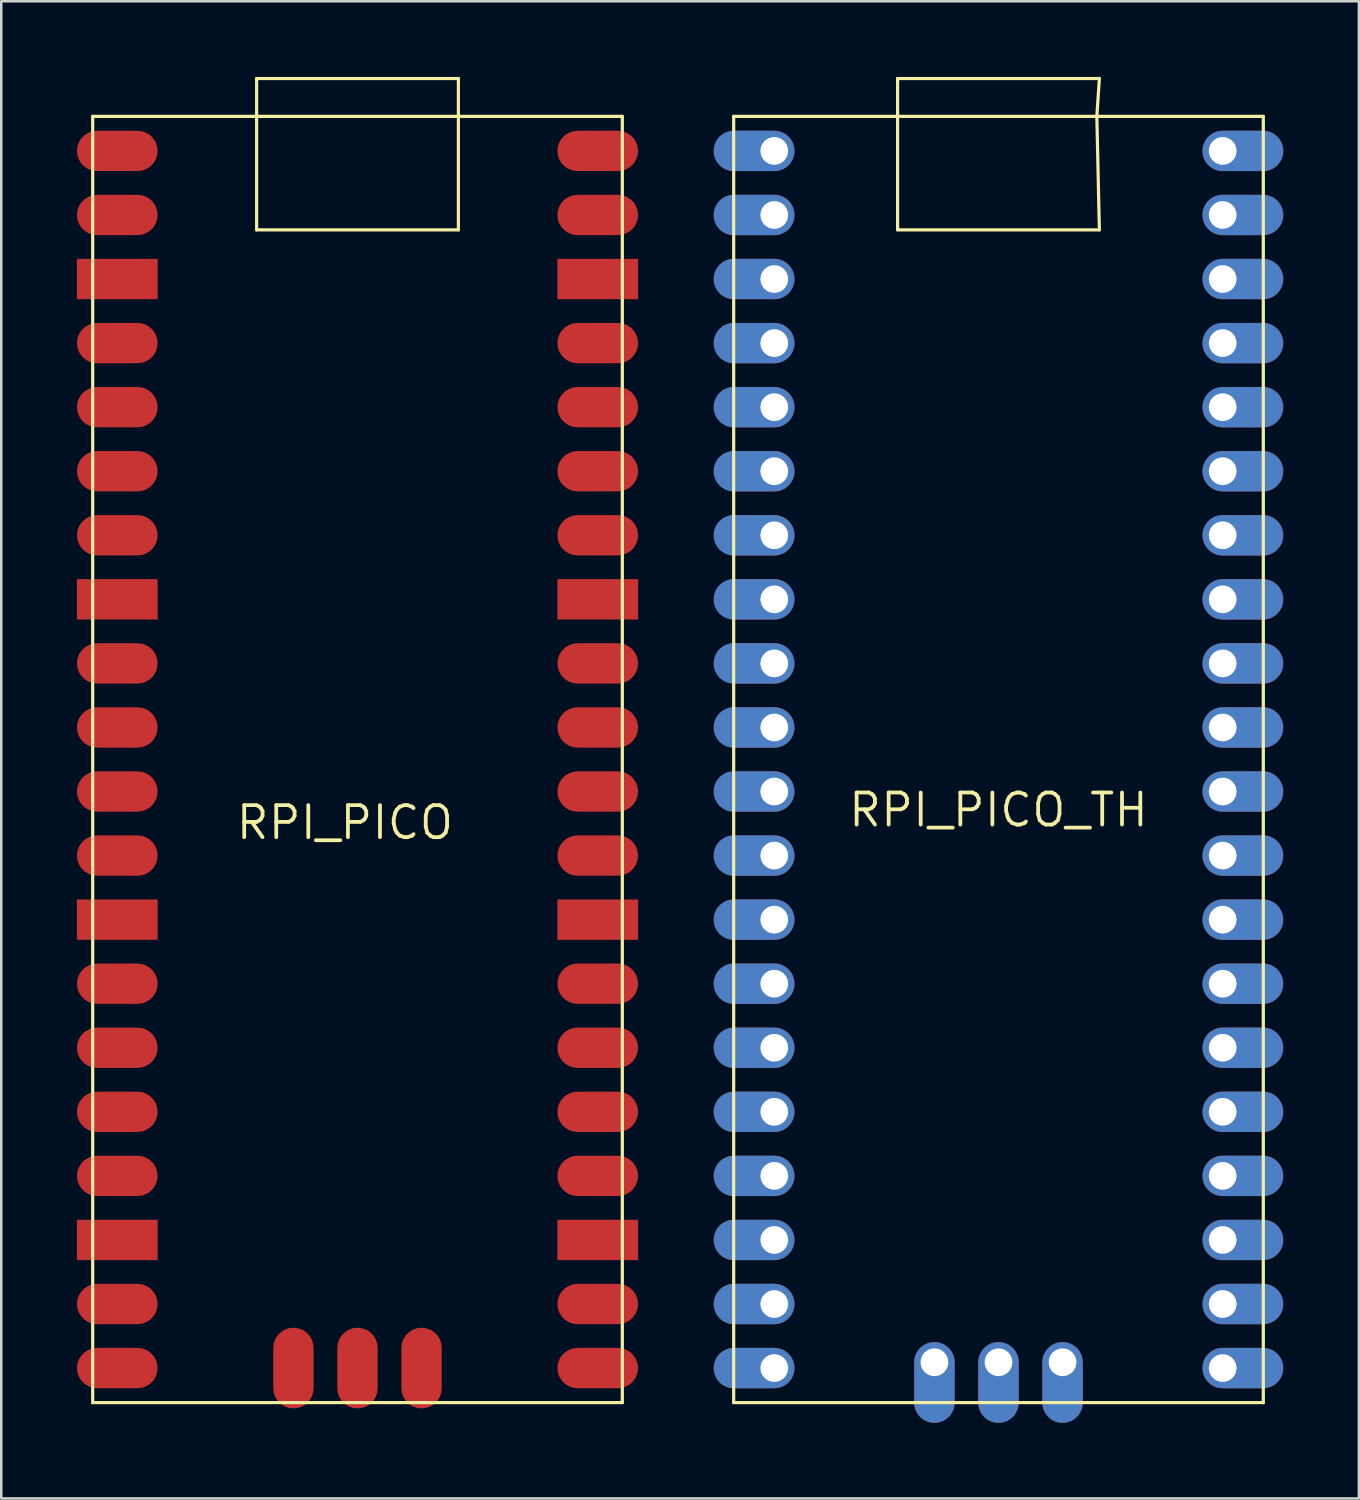
<source format=kicad_pcb>
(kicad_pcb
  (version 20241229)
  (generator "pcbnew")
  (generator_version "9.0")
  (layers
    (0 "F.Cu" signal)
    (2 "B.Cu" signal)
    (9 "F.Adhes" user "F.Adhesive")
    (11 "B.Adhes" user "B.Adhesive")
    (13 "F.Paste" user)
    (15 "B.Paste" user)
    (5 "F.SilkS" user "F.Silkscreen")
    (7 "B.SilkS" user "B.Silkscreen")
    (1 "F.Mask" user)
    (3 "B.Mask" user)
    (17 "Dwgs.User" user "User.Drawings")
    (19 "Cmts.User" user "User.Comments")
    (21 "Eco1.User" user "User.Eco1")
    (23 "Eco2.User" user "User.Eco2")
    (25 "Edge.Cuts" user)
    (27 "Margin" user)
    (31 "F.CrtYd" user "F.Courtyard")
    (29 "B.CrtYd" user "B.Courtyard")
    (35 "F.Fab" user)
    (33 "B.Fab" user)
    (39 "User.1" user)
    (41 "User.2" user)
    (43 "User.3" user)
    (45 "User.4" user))
  (footprint "RPI_PICO"
    (layer "F.Cu")
    (at 11.125 27.064)
    (property "Reference" "RPI_PICO" (at -0.5 2.5 0) (layer "F.SilkS") (effects (font (size 1.27 1.27) (thickness 0.15))))
    (fp_line (start -10.5 -25.5) (end -4 -25.5) (stroke (width 0.127) (type solid)) (layer "F.SilkS"))
    (fp_line (start -10.5 25.5) (end -10.5 -25.5) (stroke (width 0.127) (type solid)) (layer "F.SilkS"))
    (fp_line (start -4 -27) (end 4 -27) (stroke (width 0.127) (type solid)) (layer "F.SilkS"))
    (fp_line (start -4 -25.5) (end -4 -27) (stroke (width 0.127) (type solid)) (layer "F.SilkS"))
    (fp_line (start -4 -25.5) (end -4 -21) (stroke (width 0.127) (type solid)) (layer "F.SilkS"))
    (fp_line (start -4 -25.5) (end 4 -25.5) (stroke (width 0.127) (type solid)) (layer "F.SilkS"))
    (fp_line (start -4 -21) (end 4 -21) (stroke (width 0.127) (type solid)) (layer "F.SilkS"))
    (fp_line (start 4 -27) (end 4 -25.5) (stroke (width 0.127) (type solid)) (layer "F.SilkS"))
    (fp_line (start 4 -25.5) (end 10.5 -25.5) (stroke (width 0.127) (type solid)) (layer "F.SilkS"))
    (fp_line (start 4 -21) (end 4 -25.5) (stroke (width 0.127) (type solid)) (layer "F.SilkS"))
    (fp_line (start 10.5 -25.5) (end 10.5 25.5) (stroke (width 0.127) (type solid)) (layer "F.SilkS"))
    (fp_line (start 10.5 25.5) (end -10.5 25.5) (stroke (width 0.127) (type solid)) (layer "F.SilkS"))
    (pad "3V3" smd roundrect (at 9.525 -13.97 90) (size 1.6 3.2) (layers "F.Cu" "F.Mask" "F.Paste") (roundrect_rratio 0.5))
    (pad "3V3_EN" smd roundrect (at 9.525 -16.51 90) (size 1.6 3.2) (layers "F.Cu" "F.Mask" "F.Paste") (roundrect_rratio 0.5))
    (pad "ADC_VREF" smd roundrect (at 9.525 -11.43 90) (size 1.6 3.2) (layers "F.Cu" "F.Mask" "F.Paste") (roundrect_rratio 0.5))
    (pad "AGND" smd rect (at 9.525 -6.35 90) (size 1.6 3.2) (layers "F.Cu" "F.Mask" "F.Paste"))
    (pad "GND@1" smd rect (at -9.525 -19.05 90) (size 1.6 3.2) (layers "F.Cu" "F.Mask" "F.Paste"))
    (pad "GND@2" smd rect (at -9.525 -6.35 90) (size 1.6 3.2) (layers "F.Cu" "F.Mask" "F.Paste"))
    (pad "GND@3" smd rect (at -9.525 6.35 90) (size 1.6 3.2) (layers "F.Cu" "F.Mask" "F.Paste"))
    (pad "GND@4" smd rect (at -9.525 19.05 90) (size 1.6 3.2) (layers "F.Cu" "F.Mask" "F.Paste"))
    (pad "GND@5" smd roundrect (at 0 24.13) (size 1.6 3.2) (layers "F.Cu" "F.Mask" "F.Paste") (roundrect_rratio 0.5))
    (pad "GND@6" smd rect (at 9.525 19.05 90) (size 1.6 3.2) (layers "F.Cu" "F.Mask" "F.Paste"))
    (pad "GND@7" smd rect (at 9.525 6.35 90) (size 1.6 3.2) (layers "F.Cu" "F.Mask" "F.Paste"))
    (pad "GND@8" smd rect (at 9.525 -19.05 90) (size 1.6 3.2) (layers "F.Cu" "F.Mask" "F.Paste"))
    (pad "GP0" smd roundrect (at -9.525 -24.13 90) (size 1.6 3.2) (layers "F.Cu" "F.Mask" "F.Paste") (roundrect_rratio 0.5))
    (pad "GP1" smd roundrect (at -9.525 -21.59 90) (size 1.6 3.2) (layers "F.Cu" "F.Mask" "F.Paste") (roundrect_rratio 0.5))
    (pad "GP2" smd roundrect (at -9.525 -16.51 90) (size 1.6 3.2) (layers "F.Cu" "F.Mask" "F.Paste") (roundrect_rratio 0.5))
    (pad "GP3" smd roundrect (at -9.525 -13.97 90) (size 1.6 3.2) (layers "F.Cu" "F.Mask" "F.Paste") (roundrect_rratio 0.5))
    (pad "GP4" smd roundrect (at -9.525 -11.43 90) (size 1.6 3.2) (layers "F.Cu" "F.Mask" "F.Paste") (roundrect_rratio 0.5))
    (pad "GP5" smd roundrect (at -9.525 -8.89 90) (size 1.6 3.2) (layers "F.Cu" "F.Mask" "F.Paste") (roundrect_rratio 0.5))
    (pad "GP6" smd roundrect (at -9.525 -3.81 90) (size 1.6 3.2) (layers "F.Cu" "F.Mask" "F.Paste") (roundrect_rratio 0.5))
    (pad "GP7" smd roundrect (at -9.525 -1.27 90) (size 1.6 3.2) (layers "F.Cu" "F.Mask" "F.Paste") (roundrect_rratio 0.5))
    (pad "GP8" smd roundrect (at -9.525 1.27 90) (size 1.6 3.2) (layers "F.Cu" "F.Mask" "F.Paste") (roundrect_rratio 0.5))
    (pad "GP9" smd roundrect (at -9.525 3.81 90) (size 1.6 3.2) (layers "F.Cu" "F.Mask" "F.Paste") (roundrect_rratio 0.5))
    (pad "GP10" smd roundrect (at -9.525 8.89 90) (size 1.6 3.2) (layers "F.Cu" "F.Mask" "F.Paste") (roundrect_rratio 0.5))
    (pad "GP11" smd roundrect (at -9.525 11.43 90) (size 1.6 3.2) (layers "F.Cu" "F.Mask" "F.Paste") (roundrect_rratio 0.5))
    (pad "GP12" smd roundrect (at -9.525 13.97 90) (size 1.6 3.2) (layers "F.Cu" "F.Mask" "F.Paste") (roundrect_rratio 0.5))
    (pad "GP13" smd roundrect (at -9.525 16.51 90) (size 1.6 3.2) (layers "F.Cu" "F.Mask" "F.Paste") (roundrect_rratio 0.5))
    (pad "GP14" smd roundrect (at -9.525 21.59 90) (size 1.6 3.2) (layers "F.Cu" "F.Mask" "F.Paste") (roundrect_rratio 0.5))
    (pad "GP15" smd roundrect (at -9.525 24.13 90) (size 1.6 3.2) (layers "F.Cu" "F.Mask" "F.Paste") (roundrect_rratio 0.5))
    (pad "GP16" smd roundrect (at 9.525 24.13 90) (size 1.6 3.2) (layers "F.Cu" "F.Mask" "F.Paste") (roundrect_rratio 0.5))
    (pad "GP17" smd roundrect (at 9.525 21.59 90) (size 1.6 3.2) (layers "F.Cu" "F.Mask" "F.Paste") (roundrect_rratio 0.5))
    (pad "GP18" smd roundrect (at 9.525 16.51 90) (size 1.6 3.2) (layers "F.Cu" "F.Mask" "F.Paste") (roundrect_rratio 0.5))
    (pad "GP19" smd roundrect (at 9.525 13.97 90) (size 1.6 3.2) (layers "F.Cu" "F.Mask" "F.Paste") (roundrect_rratio 0.5))
    (pad "GP20" smd roundrect (at 9.525 11.43 90) (size 1.6 3.2) (layers "F.Cu" "F.Mask" "F.Paste") (roundrect_rratio 0.5))
    (pad "GP21" smd roundrect (at 9.525 8.89 90) (size 1.6 3.2) (layers "F.Cu" "F.Mask" "F.Paste") (roundrect_rratio 0.5))
    (pad "GP22" smd roundrect (at 9.525 3.81 90) (size 1.6 3.2) (layers "F.Cu" "F.Mask" "F.Paste") (roundrect_rratio 0.5))
    (pad "GP26_A0" smd roundrect (at 9.525 -1.27 90) (size 1.6 3.2) (layers "F.Cu" "F.Mask" "F.Paste") (roundrect_rratio 0.5))
    (pad "GP27_A1" smd roundrect (at 9.525 -3.81 90) (size 1.6 3.2) (layers "F.Cu" "F.Mask" "F.Paste") (roundrect_rratio 0.5))
    (pad "GP28_A2" smd roundrect (at 9.525 -8.89 90) (size 1.6 3.2) (layers "F.Cu" "F.Mask" "F.Paste") (roundrect_rratio 0.5))
    (pad "RUN" smd roundrect (at 9.525 1.27 90) (size 1.6 3.2) (layers "F.Cu" "F.Mask" "F.Paste") (roundrect_rratio 0.5))
    (pad "SWCLK" smd roundrect (at -2.54 24.13) (size 1.6 3.2) (layers "F.Cu" "F.Mask" "F.Paste") (roundrect_rratio 0.5))
    (pad "SWDIO" smd roundrect (at 2.54 24.13) (size 1.6 3.2) (layers "F.Cu" "F.Mask" "F.Paste") (roundrect_rratio 0.5))
    (pad "VBUS" smd roundrect (at 9.525 -24.13 90) (size 1.6 3.2) (layers "F.Cu" "F.Mask" "F.Paste") (roundrect_rratio 0.5))
    (pad "VSYS" smd roundrect (at 9.525 -21.59 90) (size 1.6 3.2) (layers "F.Cu" "F.Mask" "F.Paste") (roundrect_rratio 0.5)))
  (footprint "RPI_PICO_TH"
    (layer "F.Cu")
    (at 36.54 27.064)
    (property "Reference" "RPI_PICO_TH" (at 0 2 0) (layer "F.SilkS") (effects (font (size 1.27 1.27) (thickness 0.15))))
    (fp_line (start -10.5 -25.5) (end -4 -25.5) (stroke (width 0.127) (type solid)) (layer "F.SilkS"))
    (fp_line (start -10.5 25.5) (end -10.5 -25.5) (stroke (width 0.127) (type solid)) (layer "F.SilkS"))
    (fp_line (start -4 -27) (end 4 -27) (stroke (width 0.127) (type solid)) (layer "F.SilkS"))
    (fp_line (start -4 -25.5) (end -4 -27) (stroke (width 0.127) (type solid)) (layer "F.SilkS"))
    (fp_line (start -4 -25.5) (end -4 -21) (stroke (width 0.127) (type solid)) (layer "F.SilkS"))
    (fp_line (start -4 -25.5) (end 3.9 -25.5) (stroke (width 0.127) (type solid)) (layer "F.SilkS"))
    (fp_line (start -4 -21) (end 4 -21) (stroke (width 0.127) (type solid)) (layer "F.SilkS"))
    (fp_line (start 3.9 -25.5) (end 10.5 -25.5) (stroke (width 0.127) (type solid)) (layer "F.SilkS"))
    (fp_line (start 4 -27) (end 3.9 -25.5) (stroke (width 0.127) (type solid)) (layer "F.SilkS"))
    (fp_line (start 4 -21) (end 3.9 -25.5) (stroke (width 0.127) (type solid)) (layer "F.SilkS"))
    (fp_line (start 10.5 -25.5) (end 10.5 25.5) (stroke (width 0.127) (type solid)) (layer "F.SilkS"))
    (fp_line (start 10.5 25.5) (end -10.5 25.5) (stroke (width 0.127) (type solid)) (layer "F.SilkS"))
    (pad "3V3" thru_hole oval (at 8.89 -13.97) (size 3.2 1.6) (drill 1.1 (offset 0.8 0)) (layers "*.Cu" "*.Mask"))
    (pad "3V3_EN" thru_hole oval (at 8.89 -16.51) (size 3.2 1.6) (drill 1.1 (offset 0.8 0)) (layers "*.Cu" "*.Mask"))
    (pad "ADC_VREF" thru_hole oval (at 8.89 -11.43) (size 3.2 1.6) (drill 1.1 (offset 0.8 0)) (layers "*.Cu" "*.Mask"))
    (pad "AGND" thru_hole oval (at 8.89 -6.35) (size 3.2 1.6) (drill 1.1 (offset 0.8 0)) (layers "*.Cu" "*.Mask"))
    (pad "GND@1" thru_hole oval (at -8.89 -19.05 180) (size 3.2 1.6) (drill 1.1 (offset 0.8 0)) (layers "*.Cu" "*.Mask"))
    (pad "GND@2" thru_hole oval (at -8.89 -6.35 180) (size 3.2 1.6) (drill 1.1 (offset 0.8 0)) (layers "*.Cu" "*.Mask"))
    (pad "GND@3" thru_hole oval (at -8.89 6.35 180) (size 3.2 1.6) (drill 1.1 (offset 0.8 0)) (layers "*.Cu" "*.Mask"))
    (pad "GND@4" thru_hole oval (at -8.89 19.05 180) (size 3.2 1.6) (drill 1.1 (offset 0.8 0)) (layers "*.Cu" "*.Mask"))
    (pad "GND@5" thru_hole oval (at 0 23.9 270) (size 3.2 1.6) (drill 1.1 (offset 0.8 0)) (layers "*.Cu" "*.Mask"))
    (pad "GND@6" thru_hole oval (at 8.89 19.05) (size 3.2 1.6) (drill 1.1 (offset 0.8 0)) (layers "*.Cu" "*.Mask"))
    (pad "GND@7" thru_hole oval (at 8.89 6.35) (size 3.2 1.6) (drill 1.1 (offset 0.8 0)) (layers "*.Cu" "*.Mask"))
    (pad "GND@8" thru_hole oval (at 8.89 -19.05) (size 3.2 1.6) (drill 1.1 (offset 0.8 0)) (layers "*.Cu" "*.Mask"))
    (pad "GP0" thru_hole oval (at -8.89 -24.13 180) (size 3.2 1.6) (drill 1.1 (offset 0.8 0)) (layers "*.Cu" "*.Mask"))
    (pad "GP1" thru_hole oval (at -8.89 -21.59 180) (size 3.2 1.6) (drill 1.1 (offset 0.8 0)) (layers "*.Cu" "*.Mask"))
    (pad "GP2" thru_hole oval (at -8.89 -16.51 180) (size 3.2 1.6) (drill 1.1 (offset 0.8 0)) (layers "*.Cu" "*.Mask"))
    (pad "GP3" thru_hole oval (at -8.89 -13.97 180) (size 3.2 1.6) (drill 1.1 (offset 0.8 0)) (layers "*.Cu" "*.Mask"))
    (pad "GP4" thru_hole oval (at -8.89 -11.43 180) (size 3.2 1.6) (drill 1.1 (offset 0.8 0)) (layers "*.Cu" "*.Mask"))
    (pad "GP5" thru_hole oval (at -8.89 -8.89 180) (size 3.2 1.6) (drill 1.1 (offset 0.8 0)) (layers "*.Cu" "*.Mask"))
    (pad "GP6" thru_hole oval (at -8.89 -3.81 180) (size 3.2 1.6) (drill 1.1 (offset 0.8 0)) (layers "*.Cu" "*.Mask"))
    (pad "GP7" thru_hole oval (at -8.89 -1.27 180) (size 3.2 1.6) (drill 1.1 (offset 0.8 0)) (layers "*.Cu" "*.Mask"))
    (pad "GP8" thru_hole oval (at -8.89 1.27 180) (size 3.2 1.6) (drill 1.1 (offset 0.8 0)) (layers "*.Cu" "*.Mask"))
    (pad "GP9" thru_hole oval (at -8.89 3.81 180) (size 3.2 1.6) (drill 1.1 (offset 0.8 0)) (layers "*.Cu" "*.Mask"))
    (pad "GP10" thru_hole oval (at -8.89 8.89 180) (size 3.2 1.6) (drill 1.1 (offset 0.8 0)) (layers "*.Cu" "*.Mask"))
    (pad "GP11" thru_hole oval (at -8.89 11.43 180) (size 3.2 1.6) (drill 1.1 (offset 0.8 0)) (layers "*.Cu" "*.Mask"))
    (pad "GP12" thru_hole oval (at -8.89 13.97 180) (size 3.2 1.6) (drill 1.1 (offset 0.8 0)) (layers "*.Cu" "*.Mask"))
    (pad "GP13" thru_hole oval (at -8.89 16.51 180) (size 3.2 1.6) (drill 1.1 (offset 0.8 0)) (layers "*.Cu" "*.Mask"))
    (pad "GP14" thru_hole oval (at -8.89 21.59 180) (size 3.2 1.6) (drill 1.1 (offset 0.8 0)) (layers "*.Cu" "*.Mask"))
    (pad "GP15" thru_hole oval (at -8.89 24.13 180) (size 3.2 1.6) (drill 1.1 (offset 0.8 0)) (layers "*.Cu" "*.Mask"))
    (pad "GP16" thru_hole oval (at 8.89 24.13) (size 3.2 1.6) (drill 1.1 (offset 0.8 0)) (layers "*.Cu" "*.Mask"))
    (pad "GP17" thru_hole oval (at 8.89 21.59) (size 3.2 1.6) (drill 1.1 (offset 0.8 0)) (layers "*.Cu" "*.Mask"))
    (pad "GP18" thru_hole oval (at 8.89 16.51) (size 3.2 1.6) (drill 1.1 (offset 0.8 0)) (layers "*.Cu" "*.Mask"))
    (pad "GP19" thru_hole oval (at 8.89 13.97) (size 3.2 1.6) (drill 1.1 (offset 0.8 0)) (layers "*.Cu" "*.Mask"))
    (pad "GP20" thru_hole oval (at 8.89 11.43) (size 3.2 1.6) (drill 1.1 (offset 0.8 0)) (layers "*.Cu" "*.Mask"))
    (pad "GP21" thru_hole oval (at 8.89 8.89) (size 3.2 1.6) (drill 1.1 (offset 0.8 0)) (layers "*.Cu" "*.Mask"))
    (pad "GP22" thru_hole oval (at 8.89 3.81) (size 3.2 1.6) (drill 1.1 (offset 0.8 0)) (layers "*.Cu" "*.Mask"))
    (pad "GP26_A0" thru_hole oval (at 8.89 -1.27) (size 3.2 1.6) (drill 1.1 (offset 0.8 0)) (layers "*.Cu" "*.Mask"))
    (pad "GP27_A1" thru_hole oval (at 8.89 -3.81) (size 3.2 1.6) (drill 1.1 (offset 0.8 0)) (layers "*.Cu" "*.Mask"))
    (pad "GP28_A2" thru_hole oval (at 8.89 -8.89) (size 3.2 1.6) (drill 1.1 (offset 0.8 0)) (layers "*.Cu" "*.Mask"))
    (pad "RUN" thru_hole oval (at 8.89 1.27) (size 3.2 1.6) (drill 1.1 (offset 0.8 0)) (layers "*.Cu" "*.Mask"))
    (pad "SWCLK" thru_hole oval (at -2.54 23.9 270) (size 3.2 1.6) (drill 1.1 (offset 0.8 0)) (layers "*.Cu" "*.Mask"))
    (pad "SWDIO" thru_hole oval (at 2.54 23.9 270) (size 3.2 1.6) (drill 1.1 (offset 0.8 0)) (layers "*.Cu" "*.Mask"))
    (pad "VBUS" thru_hole oval (at 8.89 -24.13) (size 3.2 1.6) (drill 1.1 (offset 0.8 0)) (layers "*.Cu" "*.Mask"))
    (pad "VSYS" thru_hole oval (at 8.89 -21.59) (size 3.2 1.6) (drill 1.1 (offset 0.8 0)) (layers "*.Cu" "*.Mask")))
  (gr_rect
    (start -3 -3)
    (end 50.83 56.364)
    (stroke (width 0.1) (type default))
    (fill no)
    (layer "Edge.Cuts")))
</source>
